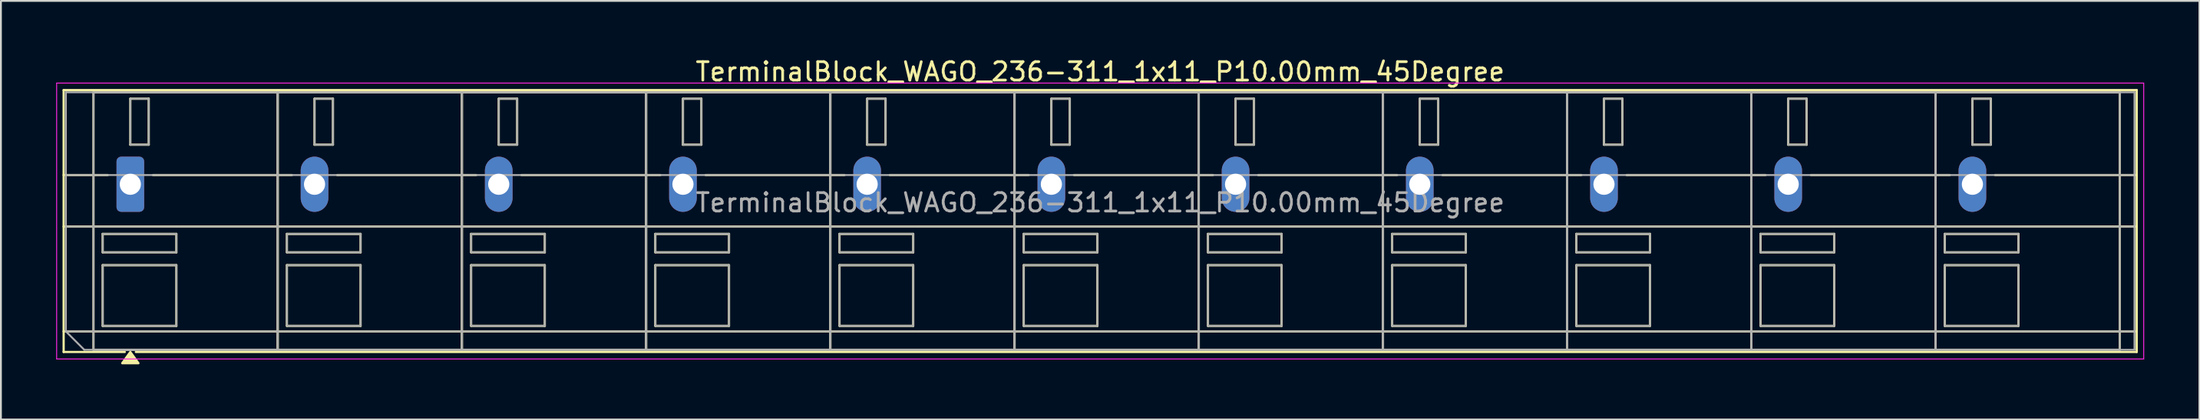
<source format=kicad_pcb>
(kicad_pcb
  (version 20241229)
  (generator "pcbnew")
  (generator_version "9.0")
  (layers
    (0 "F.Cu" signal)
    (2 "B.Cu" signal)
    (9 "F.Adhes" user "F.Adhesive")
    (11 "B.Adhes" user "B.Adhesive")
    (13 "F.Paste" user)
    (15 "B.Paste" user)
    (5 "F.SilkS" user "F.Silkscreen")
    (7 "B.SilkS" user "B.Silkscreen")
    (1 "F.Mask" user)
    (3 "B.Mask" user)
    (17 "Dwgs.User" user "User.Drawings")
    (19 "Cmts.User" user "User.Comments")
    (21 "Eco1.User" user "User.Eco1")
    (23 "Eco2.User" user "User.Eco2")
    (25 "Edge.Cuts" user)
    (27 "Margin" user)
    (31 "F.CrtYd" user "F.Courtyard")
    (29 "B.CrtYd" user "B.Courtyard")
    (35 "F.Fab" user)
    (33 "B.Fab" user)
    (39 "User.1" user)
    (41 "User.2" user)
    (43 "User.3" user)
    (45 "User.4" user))
  (footprint "TerminalBlock_WAGO_236-311_1x11_P10.00mm_45Degree"
    (layer "F.Cu")
    (at 4.025 6.968)
    (property "Reference" "TerminalBlock_WAGO_236-311_1x11_P10.00mm_45Degree" (at 52.65 -6.12 0) (layer "F.SilkS") (effects (font (size 1 1) (thickness 0.15))))
    (attr through_hole)
    (fp_line (start -3.62 -5.12) (end -3.62 9.12) (stroke (width 0.12) (type solid)) (layer "F.SilkS"))
    (fp_line (start -3.62 -5.12) (end 108.92 -5.12) (stroke (width 0.12) (type solid)) (layer "F.SilkS"))
    (fp_line (start -3.62 -0.5) (end -1.23 -0.5) (stroke (width 0.12) (type solid)) (layer "F.SilkS"))
    (fp_line (start -3.62 2.3) (end 108.92 2.3) (stroke (width 0.12) (type solid)) (layer "F.SilkS"))
    (fp_line (start -3.62 8) (end 108.92 8) (stroke (width 0.12) (type solid)) (layer "F.SilkS"))
    (fp_line (start -3.62 9.12) (end -0.3 9.12) (stroke (width 0.12) (type solid)) (layer "F.SilkS"))
    (fp_line (start -2 -5) (end -2 9) (stroke (width 0.12) (type solid)) (layer "F.SilkS"))
    (fp_line (start -2 -5) (end 8 -5) (stroke (width 0.12) (type solid)) (layer "F.SilkS"))
    (fp_line (start -2 9) (end 8 9) (stroke (width 0.12) (type solid)) (layer "F.SilkS"))
    (fp_line (start -1.5 2.7) (end -1.5 3.7) (stroke (width 0.12) (type solid)) (layer "F.SilkS"))
    (fp_line (start -1.5 2.7) (end 2.5 2.7) (stroke (width 0.12) (type solid)) (layer "F.SilkS"))
    (fp_line (start -1.5 3.7) (end 2.5 3.7) (stroke (width 0.12) (type solid)) (layer "F.SilkS"))
    (fp_line (start -1.5 4.4) (end -1.5 7.7) (stroke (width 0.12) (type solid)) (layer "F.SilkS"))
    (fp_line (start -1.5 4.4) (end 2.5 4.4) (stroke (width 0.12) (type solid)) (layer "F.SilkS"))
    (fp_line (start -1.5 7.7) (end 2.5 7.7) (stroke (width 0.12) (type solid)) (layer "F.SilkS"))
    (fp_line (start 0 -4.65) (end 0 -2.15) (stroke (width 0.12) (type solid)) (layer "F.SilkS"))
    (fp_line (start 0 -4.65) (end 1 -4.65) (stroke (width 0.12) (type solid)) (layer "F.SilkS"))
    (fp_line (start 0 -2.15) (end 1 -2.15) (stroke (width 0.12) (type solid)) (layer "F.SilkS"))
    (fp_line (start 0.3 9.12) (end 108.92 9.12) (stroke (width 0.12) (type solid)) (layer "F.SilkS"))
    (fp_line (start 1 -4.65) (end 1 -2.15) (stroke (width 0.12) (type solid)) (layer "F.SilkS"))
    (fp_line (start 1.23 -0.5) (end 8.77 -0.5) (stroke (width 0.12) (type solid)) (layer "F.SilkS"))
    (fp_line (start 2.5 2.7) (end 2.5 3.7) (stroke (width 0.12) (type solid)) (layer "F.SilkS"))
    (fp_line (start 2.5 4.4) (end 2.5 7.7) (stroke (width 0.12) (type solid)) (layer "F.SilkS"))
    (fp_line (start 8 -5) (end 8 9) (stroke (width 0.12) (type solid)) (layer "F.SilkS"))
    (fp_line (start 8 -5) (end 8 9) (stroke (width 0.12) (type solid)) (layer "F.SilkS"))
    (fp_line (start 8 -5) (end 18 -5) (stroke (width 0.12) (type solid)) (layer "F.SilkS"))
    (fp_line (start 8 9) (end 18 9) (stroke (width 0.12) (type solid)) (layer "F.SilkS"))
    (fp_line (start 8.5 2.7) (end 8.5 3.7) (stroke (width 0.12) (type solid)) (layer "F.SilkS"))
    (fp_line (start 8.5 2.7) (end 12.5 2.7) (stroke (width 0.12) (type solid)) (layer "F.SilkS"))
    (fp_line (start 8.5 3.7) (end 12.5 3.7) (stroke (width 0.12) (type solid)) (layer "F.SilkS"))
    (fp_line (start 8.5 4.4) (end 8.5 7.7) (stroke (width 0.12) (type solid)) (layer "F.SilkS"))
    (fp_line (start 8.5 4.4) (end 12.5 4.4) (stroke (width 0.12) (type solid)) (layer "F.SilkS"))
    (fp_line (start 8.5 7.7) (end 12.5 7.7) (stroke (width 0.12) (type solid)) (layer "F.SilkS"))
    (fp_line (start 10 -4.65) (end 10 -2.15) (stroke (width 0.12) (type solid)) (layer "F.SilkS"))
    (fp_line (start 10 -4.65) (end 11 -4.65) (stroke (width 0.12) (type solid)) (layer "F.SilkS"))
    (fp_line (start 10 -2.15) (end 11 -2.15) (stroke (width 0.12) (type solid)) (layer "F.SilkS"))
    (fp_line (start 11 -4.65) (end 11 -2.15) (stroke (width 0.12) (type solid)) (layer "F.SilkS"))
    (fp_line (start 11.23 -0.5) (end 18.77 -0.5) (stroke (width 0.12) (type solid)) (layer "F.SilkS"))
    (fp_line (start 12.5 2.7) (end 12.5 3.7) (stroke (width 0.12) (type solid)) (layer "F.SilkS"))
    (fp_line (start 12.5 4.4) (end 12.5 7.7) (stroke (width 0.12) (type solid)) (layer "F.SilkS"))
    (fp_line (start 18 -5) (end 18 9) (stroke (width 0.12) (type solid)) (layer "F.SilkS"))
    (fp_line (start 18 -5) (end 18 9) (stroke (width 0.12) (type solid)) (layer "F.SilkS"))
    (fp_line (start 18 -5) (end 28 -5) (stroke (width 0.12) (type solid)) (layer "F.SilkS"))
    (fp_line (start 18 9) (end 28 9) (stroke (width 0.12) (type solid)) (layer "F.SilkS"))
    (fp_line (start 18.5 2.7) (end 18.5 3.7) (stroke (width 0.12) (type solid)) (layer "F.SilkS"))
    (fp_line (start 18.5 2.7) (end 22.5 2.7) (stroke (width 0.12) (type solid)) (layer "F.SilkS"))
    (fp_line (start 18.5 3.7) (end 22.5 3.7) (stroke (width 0.12) (type solid)) (layer "F.SilkS"))
    (fp_line (start 18.5 4.4) (end 18.5 7.7) (stroke (width 0.12) (type solid)) (layer "F.SilkS"))
    (fp_line (start 18.5 4.4) (end 22.5 4.4) (stroke (width 0.12) (type solid)) (layer "F.SilkS"))
    (fp_line (start 18.5 7.7) (end 22.5 7.7) (stroke (width 0.12) (type solid)) (layer "F.SilkS"))
    (fp_line (start 20 -4.65) (end 20 -2.15) (stroke (width 0.12) (type solid)) (layer "F.SilkS"))
    (fp_line (start 20 -4.65) (end 21 -4.65) (stroke (width 0.12) (type solid)) (layer "F.SilkS"))
    (fp_line (start 20 -2.15) (end 21 -2.15) (stroke (width 0.12) (type solid)) (layer "F.SilkS"))
    (fp_line (start 21 -4.65) (end 21 -2.15) (stroke (width 0.12) (type solid)) (layer "F.SilkS"))
    (fp_line (start 21.23 -0.5) (end 28.77 -0.5) (stroke (width 0.12) (type solid)) (layer "F.SilkS"))
    (fp_line (start 22.5 2.7) (end 22.5 3.7) (stroke (width 0.12) (type solid)) (layer "F.SilkS"))
    (fp_line (start 22.5 4.4) (end 22.5 7.7) (stroke (width 0.12) (type solid)) (layer "F.SilkS"))
    (fp_line (start 28 -5) (end 28 9) (stroke (width 0.12) (type solid)) (layer "F.SilkS"))
    (fp_line (start 28 -5) (end 28 9) (stroke (width 0.12) (type solid)) (layer "F.SilkS"))
    (fp_line (start 28 -5) (end 38 -5) (stroke (width 0.12) (type solid)) (layer "F.SilkS"))
    (fp_line (start 28 9) (end 38 9) (stroke (width 0.12) (type solid)) (layer "F.SilkS"))
    (fp_line (start 28.5 2.7) (end 28.5 3.7) (stroke (width 0.12) (type solid)) (layer "F.SilkS"))
    (fp_line (start 28.5 2.7) (end 32.5 2.7) (stroke (width 0.12) (type solid)) (layer "F.SilkS"))
    (fp_line (start 28.5 3.7) (end 32.5 3.7) (stroke (width 0.12) (type solid)) (layer "F.SilkS"))
    (fp_line (start 28.5 4.4) (end 28.5 7.7) (stroke (width 0.12) (type solid)) (layer "F.SilkS"))
    (fp_line (start 28.5 4.4) (end 32.5 4.4) (stroke (width 0.12) (type solid)) (layer "F.SilkS"))
    (fp_line (start 28.5 7.7) (end 32.5 7.7) (stroke (width 0.12) (type solid)) (layer "F.SilkS"))
    (fp_line (start 30 -4.65) (end 30 -2.15) (stroke (width 0.12) (type solid)) (layer "F.SilkS"))
    (fp_line (start 30 -4.65) (end 31 -4.65) (stroke (width 0.12) (type solid)) (layer "F.SilkS"))
    (fp_line (start 30 -2.15) (end 31 -2.15) (stroke (width 0.12) (type solid)) (layer "F.SilkS"))
    (fp_line (start 31 -4.65) (end 31 -2.15) (stroke (width 0.12) (type solid)) (layer "F.SilkS"))
    (fp_line (start 31.23 -0.5) (end 38.77 -0.5) (stroke (width 0.12) (type solid)) (layer "F.SilkS"))
    (fp_line (start 32.5 2.7) (end 32.5 3.7) (stroke (width 0.12) (type solid)) (layer "F.SilkS"))
    (fp_line (start 32.5 4.4) (end 32.5 7.7) (stroke (width 0.12) (type solid)) (layer "F.SilkS"))
    (fp_line (start 38 -5) (end 38 9) (stroke (width 0.12) (type solid)) (layer "F.SilkS"))
    (fp_line (start 38 -5) (end 38 9) (stroke (width 0.12) (type solid)) (layer "F.SilkS"))
    (fp_line (start 38 -5) (end 48 -5) (stroke (width 0.12) (type solid)) (layer "F.SilkS"))
    (fp_line (start 38 9) (end 48 9) (stroke (width 0.12) (type solid)) (layer "F.SilkS"))
    (fp_line (start 38.5 2.7) (end 38.5 3.7) (stroke (width 0.12) (type solid)) (layer "F.SilkS"))
    (fp_line (start 38.5 2.7) (end 42.5 2.7) (stroke (width 0.12) (type solid)) (layer "F.SilkS"))
    (fp_line (start 38.5 3.7) (end 42.5 3.7) (stroke (width 0.12) (type solid)) (layer "F.SilkS"))
    (fp_line (start 38.5 4.4) (end 38.5 7.7) (stroke (width 0.12) (type solid)) (layer "F.SilkS"))
    (fp_line (start 38.5 4.4) (end 42.5 4.4) (stroke (width 0.12) (type solid)) (layer "F.SilkS"))
    (fp_line (start 38.5 7.7) (end 42.5 7.7) (stroke (width 0.12) (type solid)) (layer "F.SilkS"))
    (fp_line (start 40 -4.65) (end 40 -2.15) (stroke (width 0.12) (type solid)) (layer "F.SilkS"))
    (fp_line (start 40 -4.65) (end 41 -4.65) (stroke (width 0.12) (type solid)) (layer "F.SilkS"))
    (fp_line (start 40 -2.15) (end 41 -2.15) (stroke (width 0.12) (type solid)) (layer "F.SilkS"))
    (fp_line (start 41 -4.65) (end 41 -2.15) (stroke (width 0.12) (type solid)) (layer "F.SilkS"))
    (fp_line (start 41.23 -0.5) (end 48.77 -0.5) (stroke (width 0.12) (type solid)) (layer "F.SilkS"))
    (fp_line (start 42.5 2.7) (end 42.5 3.7) (stroke (width 0.12) (type solid)) (layer "F.SilkS"))
    (fp_line (start 42.5 4.4) (end 42.5 7.7) (stroke (width 0.12) (type solid)) (layer "F.SilkS"))
    (fp_line (start 48 -5) (end 48 9) (stroke (width 0.12) (type solid)) (layer "F.SilkS"))
    (fp_line (start 48 -5) (end 48 9) (stroke (width 0.12) (type solid)) (layer "F.SilkS"))
    (fp_line (start 48 -5) (end 58 -5) (stroke (width 0.12) (type solid)) (layer "F.SilkS"))
    (fp_line (start 48 9) (end 58 9) (stroke (width 0.12) (type solid)) (layer "F.SilkS"))
    (fp_line (start 48.5 2.7) (end 48.5 3.7) (stroke (width 0.12) (type solid)) (layer "F.SilkS"))
    (fp_line (start 48.5 2.7) (end 52.5 2.7) (stroke (width 0.12) (type solid)) (layer "F.SilkS"))
    (fp_line (start 48.5 3.7) (end 52.5 3.7) (stroke (width 0.12) (type solid)) (layer "F.SilkS"))
    (fp_line (start 48.5 4.4) (end 48.5 7.7) (stroke (width 0.12) (type solid)) (layer "F.SilkS"))
    (fp_line (start 48.5 4.4) (end 52.5 4.4) (stroke (width 0.12) (type solid)) (layer "F.SilkS"))
    (fp_line (start 48.5 7.7) (end 52.5 7.7) (stroke (width 0.12) (type solid)) (layer "F.SilkS"))
    (fp_line (start 50 -4.65) (end 50 -2.15) (stroke (width 0.12) (type solid)) (layer "F.SilkS"))
    (fp_line (start 50 -4.65) (end 51 -4.65) (stroke (width 0.12) (type solid)) (layer "F.SilkS"))
    (fp_line (start 50 -2.15) (end 51 -2.15) (stroke (width 0.12) (type solid)) (layer "F.SilkS"))
    (fp_line (start 51 -4.65) (end 51 -2.15) (stroke (width 0.12) (type solid)) (layer "F.SilkS"))
    (fp_line (start 51.23 -0.5) (end 58.77 -0.5) (stroke (width 0.12) (type solid)) (layer "F.SilkS"))
    (fp_line (start 52.5 2.7) (end 52.5 3.7) (stroke (width 0.12) (type solid)) (layer "F.SilkS"))
    (fp_line (start 52.5 4.4) (end 52.5 7.7) (stroke (width 0.12) (type solid)) (layer "F.SilkS"))
    (fp_line (start 58 -5) (end 58 9) (stroke (width 0.12) (type solid)) (layer "F.SilkS"))
    (fp_line (start 58 -5) (end 58 9) (stroke (width 0.12) (type solid)) (layer "F.SilkS"))
    (fp_line (start 58 -5) (end 68 -5) (stroke (width 0.12) (type solid)) (layer "F.SilkS"))
    (fp_line (start 58 9) (end 68 9) (stroke (width 0.12) (type solid)) (layer "F.SilkS"))
    (fp_line (start 58.5 2.7) (end 58.5 3.7) (stroke (width 0.12) (type solid)) (layer "F.SilkS"))
    (fp_line (start 58.5 2.7) (end 62.5 2.7) (stroke (width 0.12) (type solid)) (layer "F.SilkS"))
    (fp_line (start 58.5 3.7) (end 62.5 3.7) (stroke (width 0.12) (type solid)) (layer "F.SilkS"))
    (fp_line (start 58.5 4.4) (end 58.5 7.7) (stroke (width 0.12) (type solid)) (layer "F.SilkS"))
    (fp_line (start 58.5 4.4) (end 62.5 4.4) (stroke (width 0.12) (type solid)) (layer "F.SilkS"))
    (fp_line (start 58.5 7.7) (end 62.5 7.7) (stroke (width 0.12) (type solid)) (layer "F.SilkS"))
    (fp_line (start 60 -4.65) (end 60 -2.15) (stroke (width 0.12) (type solid)) (layer "F.SilkS"))
    (fp_line (start 60 -4.65) (end 61 -4.65) (stroke (width 0.12) (type solid)) (layer "F.SilkS"))
    (fp_line (start 60 -2.15) (end 61 -2.15) (stroke (width 0.12) (type solid)) (layer "F.SilkS"))
    (fp_line (start 61 -4.65) (end 61 -2.15) (stroke (width 0.12) (type solid)) (layer "F.SilkS"))
    (fp_line (start 61.23 -0.5) (end 68.77 -0.5) (stroke (width 0.12) (type solid)) (layer "F.SilkS"))
    (fp_line (start 62.5 2.7) (end 62.5 3.7) (stroke (width 0.12) (type solid)) (layer "F.SilkS"))
    (fp_line (start 62.5 4.4) (end 62.5 7.7) (stroke (width 0.12) (type solid)) (layer "F.SilkS"))
    (fp_line (start 68 -5) (end 68 9) (stroke (width 0.12) (type solid)) (layer "F.SilkS"))
    (fp_line (start 68 -5) (end 68 9) (stroke (width 0.12) (type solid)) (layer "F.SilkS"))
    (fp_line (start 68 -5) (end 78 -5) (stroke (width 0.12) (type solid)) (layer "F.SilkS"))
    (fp_line (start 68 9) (end 78 9) (stroke (width 0.12) (type solid)) (layer "F.SilkS"))
    (fp_line (start 68.5 2.7) (end 68.5 3.7) (stroke (width 0.12) (type solid)) (layer "F.SilkS"))
    (fp_line (start 68.5 2.7) (end 72.5 2.7) (stroke (width 0.12) (type solid)) (layer "F.SilkS"))
    (fp_line (start 68.5 3.7) (end 72.5 3.7) (stroke (width 0.12) (type solid)) (layer "F.SilkS"))
    (fp_line (start 68.5 4.4) (end 68.5 7.7) (stroke (width 0.12) (type solid)) (layer "F.SilkS"))
    (fp_line (start 68.5 4.4) (end 72.5 4.4) (stroke (width 0.12) (type solid)) (layer "F.SilkS"))
    (fp_line (start 68.5 7.7) (end 72.5 7.7) (stroke (width 0.12) (type solid)) (layer "F.SilkS"))
    (fp_line (start 70 -4.65) (end 70 -2.15) (stroke (width 0.12) (type solid)) (layer "F.SilkS"))
    (fp_line (start 70 -4.65) (end 71 -4.65) (stroke (width 0.12) (type solid)) (layer "F.SilkS"))
    (fp_line (start 70 -2.15) (end 71 -2.15) (stroke (width 0.12) (type solid)) (layer "F.SilkS"))
    (fp_line (start 71 -4.65) (end 71 -2.15) (stroke (width 0.12) (type solid)) (layer "F.SilkS"))
    (fp_line (start 71.23 -0.5) (end 78.77 -0.5) (stroke (width 0.12) (type solid)) (layer "F.SilkS"))
    (fp_line (start 72.5 2.7) (end 72.5 3.7) (stroke (width 0.12) (type solid)) (layer "F.SilkS"))
    (fp_line (start 72.5 4.4) (end 72.5 7.7) (stroke (width 0.12) (type solid)) (layer "F.SilkS"))
    (fp_line (start 78 -5) (end 78 9) (stroke (width 0.12) (type solid)) (layer "F.SilkS"))
    (fp_line (start 78 -5) (end 78 9) (stroke (width 0.12) (type solid)) (layer "F.SilkS"))
    (fp_line (start 78 -5) (end 88 -5) (stroke (width 0.12) (type solid)) (layer "F.SilkS"))
    (fp_line (start 78 9) (end 88 9) (stroke (width 0.12) (type solid)) (layer "F.SilkS"))
    (fp_line (start 78.5 2.7) (end 78.5 3.7) (stroke (width 0.12) (type solid)) (layer "F.SilkS"))
    (fp_line (start 78.5 2.7) (end 82.5 2.7) (stroke (width 0.12) (type solid)) (layer "F.SilkS"))
    (fp_line (start 78.5 3.7) (end 82.5 3.7) (stroke (width 0.12) (type solid)) (layer "F.SilkS"))
    (fp_line (start 78.5 4.4) (end 78.5 7.7) (stroke (width 0.12) (type solid)) (layer "F.SilkS"))
    (fp_line (start 78.5 4.4) (end 82.5 4.4) (stroke (width 0.12) (type solid)) (layer "F.SilkS"))
    (fp_line (start 78.5 7.7) (end 82.5 7.7) (stroke (width 0.12) (type solid)) (layer "F.SilkS"))
    (fp_line (start 80 -4.65) (end 80 -2.15) (stroke (width 0.12) (type solid)) (layer "F.SilkS"))
    (fp_line (start 80 -4.65) (end 81 -4.65) (stroke (width 0.12) (type solid)) (layer "F.SilkS"))
    (fp_line (start 80 -2.15) (end 81 -2.15) (stroke (width 0.12) (type solid)) (layer "F.SilkS"))
    (fp_line (start 81 -4.65) (end 81 -2.15) (stroke (width 0.12) (type solid)) (layer "F.SilkS"))
    (fp_line (start 81.23 -0.5) (end 88.77 -0.5) (stroke (width 0.12) (type solid)) (layer "F.SilkS"))
    (fp_line (start 82.5 2.7) (end 82.5 3.7) (stroke (width 0.12) (type solid)) (layer "F.SilkS"))
    (fp_line (start 82.5 4.4) (end 82.5 7.7) (stroke (width 0.12) (type solid)) (layer "F.SilkS"))
    (fp_line (start 88 -5) (end 88 9) (stroke (width 0.12) (type solid)) (layer "F.SilkS"))
    (fp_line (start 88 -5) (end 88 9) (stroke (width 0.12) (type solid)) (layer "F.SilkS"))
    (fp_line (start 88 -5) (end 98 -5) (stroke (width 0.12) (type solid)) (layer "F.SilkS"))
    (fp_line (start 88 9) (end 98 9) (stroke (width 0.12) (type solid)) (layer "F.SilkS"))
    (fp_line (start 88.5 2.7) (end 88.5 3.7) (stroke (width 0.12) (type solid)) (layer "F.SilkS"))
    (fp_line (start 88.5 2.7) (end 92.5 2.7) (stroke (width 0.12) (type solid)) (layer "F.SilkS"))
    (fp_line (start 88.5 3.7) (end 92.5 3.7) (stroke (width 0.12) (type solid)) (layer "F.SilkS"))
    (fp_line (start 88.5 4.4) (end 88.5 7.7) (stroke (width 0.12) (type solid)) (layer "F.SilkS"))
    (fp_line (start 88.5 4.4) (end 92.5 4.4) (stroke (width 0.12) (type solid)) (layer "F.SilkS"))
    (fp_line (start 88.5 7.7) (end 92.5 7.7) (stroke (width 0.12) (type solid)) (layer "F.SilkS"))
    (fp_line (start 90 -4.65) (end 90 -2.15) (stroke (width 0.12) (type solid)) (layer "F.SilkS"))
    (fp_line (start 90 -4.65) (end 91 -4.65) (stroke (width 0.12) (type solid)) (layer "F.SilkS"))
    (fp_line (start 90 -2.15) (end 91 -2.15) (stroke (width 0.12) (type solid)) (layer "F.SilkS"))
    (fp_line (start 91 -4.65) (end 91 -2.15) (stroke (width 0.12) (type solid)) (layer "F.SilkS"))
    (fp_line (start 91.23 -0.5) (end 98.77 -0.5) (stroke (width 0.12) (type solid)) (layer "F.SilkS"))
    (fp_line (start 92.5 2.7) (end 92.5 3.7) (stroke (width 0.12) (type solid)) (layer "F.SilkS"))
    (fp_line (start 92.5 4.4) (end 92.5 7.7) (stroke (width 0.12) (type solid)) (layer "F.SilkS"))
    (fp_line (start 98 -5) (end 98 9) (stroke (width 0.12) (type solid)) (layer "F.SilkS"))
    (fp_line (start 98 -5) (end 98 9) (stroke (width 0.12) (type solid)) (layer "F.SilkS"))
    (fp_line (start 98 -5) (end 108 -5) (stroke (width 0.12) (type solid)) (layer "F.SilkS"))
    (fp_line (start 98 9) (end 108 9) (stroke (width 0.12) (type solid)) (layer "F.SilkS"))
    (fp_line (start 98.5 2.7) (end 98.5 3.7) (stroke (width 0.12) (type solid)) (layer "F.SilkS"))
    (fp_line (start 98.5 2.7) (end 102.5 2.7) (stroke (width 0.12) (type solid)) (layer "F.SilkS"))
    (fp_line (start 98.5 3.7) (end 102.5 3.7) (stroke (width 0.12) (type solid)) (layer "F.SilkS"))
    (fp_line (start 98.5 4.4) (end 98.5 7.7) (stroke (width 0.12) (type solid)) (layer "F.SilkS"))
    (fp_line (start 98.5 4.4) (end 102.5 4.4) (stroke (width 0.12) (type solid)) (layer "F.SilkS"))
    (fp_line (start 98.5 7.7) (end 102.5 7.7) (stroke (width 0.12) (type solid)) (layer "F.SilkS"))
    (fp_line (start 100 -4.65) (end 100 -2.15) (stroke (width 0.12) (type solid)) (layer "F.SilkS"))
    (fp_line (start 100 -4.65) (end 101 -4.65) (stroke (width 0.12) (type solid)) (layer "F.SilkS"))
    (fp_line (start 100 -2.15) (end 101 -2.15) (stroke (width 0.12) (type solid)) (layer "F.SilkS"))
    (fp_line (start 101 -4.65) (end 101 -2.15) (stroke (width 0.12) (type solid)) (layer "F.SilkS"))
    (fp_line (start 101.23 -0.5) (end 108.92 -0.5) (stroke (width 0.12) (type solid)) (layer "F.SilkS"))
    (fp_line (start 102.5 2.7) (end 102.5 3.7) (stroke (width 0.12) (type solid)) (layer "F.SilkS"))
    (fp_line (start 102.5 4.4) (end 102.5 7.7) (stroke (width 0.12) (type solid)) (layer "F.SilkS"))
    (fp_line (start 108 -5) (end 108 9) (stroke (width 0.12) (type solid)) (layer "F.SilkS"))
    (fp_line (start 108.92 -5.12) (end 108.92 9.12) (stroke (width 0.12) (type solid)) (layer "F.SilkS"))
    (fp_poly (pts (xy 0 9.12) (xy 0.44 9.73) (xy -0.44 9.73)) (stroke (width 0.12) (type solid)) (fill yes) (layer "F.SilkS"))
    (fp_line (start -4 -5.5) (end -4 9.5) (stroke (width 0.05) (type solid)) (layer "F.CrtYd"))
    (fp_line (start -4 9.5) (end 109.3 9.5) (stroke (width 0.05) (type solid)) (layer "F.CrtYd"))
    (fp_line (start 109.3 -5.5) (end -4 -5.5) (stroke (width 0.05) (type solid)) (layer "F.CrtYd"))
    (fp_line (start 109.3 9.5) (end 109.3 -5.5) (stroke (width 0.05) (type solid)) (layer "F.CrtYd"))
    (fp_line (start -3.5 -5) (end 108.8 -5) (stroke (width 0.1) (type solid)) (layer "F.Fab"))
    (fp_line (start -3.5 -0.5) (end 108.8 -0.5) (stroke (width 0.1) (type solid)) (layer "F.Fab"))
    (fp_line (start -3.5 2.3) (end 108.8 2.3) (stroke (width 0.1) (type solid)) (layer "F.Fab"))
    (fp_line (start -3.5 8) (end -3.5 -5) (stroke (width 0.1) (type solid)) (layer "F.Fab"))
    (fp_line (start -3.5 8) (end 108.8 8) (stroke (width 0.1) (type solid)) (layer "F.Fab"))
    (fp_line (start -2.5 9) (end -3.5 8) (stroke (width 0.1) (type solid)) (layer "F.Fab"))
    (fp_line (start -2 -5) (end -2 9) (stroke (width 0.1) (type solid)) (layer "F.Fab"))
    (fp_line (start -2 9) (end 8 9) (stroke (width 0.1) (type solid)) (layer "F.Fab"))
    (fp_line (start -1.5 2.7) (end -1.5 3.7) (stroke (width 0.1) (type solid)) (layer "F.Fab"))
    (fp_line (start -1.5 3.7) (end 2.5 3.7) (stroke (width 0.1) (type solid)) (layer "F.Fab"))
    (fp_line (start -1.5 4.4) (end -1.5 7.7) (stroke (width 0.1) (type solid)) (layer "F.Fab"))
    (fp_line (start -1.5 7.7) (end 2.5 7.7) (stroke (width 0.1) (type solid)) (layer "F.Fab"))
    (fp_line (start 0 -4.65) (end 0 -2.15) (stroke (width 0.1) (type solid)) (layer "F.Fab"))
    (fp_line (start 0 -2.15) (end 1 -2.15) (stroke (width 0.1) (type solid)) (layer "F.Fab"))
    (fp_line (start 1 -4.65) (end 0 -4.65) (stroke (width 0.1) (type solid)) (layer "F.Fab"))
    (fp_line (start 1 -2.15) (end 1 -4.65) (stroke (width 0.1) (type solid)) (layer "F.Fab"))
    (fp_line (start 2.5 2.7) (end -1.5 2.7) (stroke (width 0.1) (type solid)) (layer "F.Fab"))
    (fp_line (start 2.5 3.7) (end 2.5 2.7) (stroke (width 0.1) (type solid)) (layer "F.Fab"))
    (fp_line (start 2.5 4.4) (end -1.5 4.4) (stroke (width 0.1) (type solid)) (layer "F.Fab"))
    (fp_line (start 2.5 7.7) (end 2.5 4.4) (stroke (width 0.1) (type solid)) (layer "F.Fab"))
    (fp_line (start 8 -5) (end -2 -5) (stroke (width 0.1) (type solid)) (layer "F.Fab"))
    (fp_line (start 8 -5) (end 8 9) (stroke (width 0.1) (type solid)) (layer "F.Fab"))
    (fp_line (start 8 9) (end 8 -5) (stroke (width 0.1) (type solid)) (layer "F.Fab"))
    (fp_line (start 8 9) (end 18 9) (stroke (width 0.1) (type solid)) (layer "F.Fab"))
    (fp_line (start 8.5 2.7) (end 8.5 3.7) (stroke (width 0.1) (type solid)) (layer "F.Fab"))
    (fp_line (start 8.5 3.7) (end 12.5 3.7) (stroke (width 0.1) (type solid)) (layer "F.Fab"))
    (fp_line (start 8.5 4.4) (end 8.5 7.7) (stroke (width 0.1) (type solid)) (layer "F.Fab"))
    (fp_line (start 8.5 7.7) (end 12.5 7.7) (stroke (width 0.1) (type solid)) (layer "F.Fab"))
    (fp_line (start 10 -4.65) (end 10 -2.15) (stroke (width 0.1) (type solid)) (layer "F.Fab"))
    (fp_line (start 10 -2.15) (end 11 -2.15) (stroke (width 0.1) (type solid)) (layer "F.Fab"))
    (fp_line (start 11 -4.65) (end 10 -4.65) (stroke (width 0.1) (type solid)) (layer "F.Fab"))
    (fp_line (start 11 -2.15) (end 11 -4.65) (stroke (width 0.1) (type solid)) (layer "F.Fab"))
    (fp_line (start 12.5 2.7) (end 8.5 2.7) (stroke (width 0.1) (type solid)) (layer "F.Fab"))
    (fp_line (start 12.5 3.7) (end 12.5 2.7) (stroke (width 0.1) (type solid)) (layer "F.Fab"))
    (fp_line (start 12.5 4.4) (end 8.5 4.4) (stroke (width 0.1) (type solid)) (layer "F.Fab"))
    (fp_line (start 12.5 7.7) (end 12.5 4.4) (stroke (width 0.1) (type solid)) (layer "F.Fab"))
    (fp_line (start 18 -5) (end 8 -5) (stroke (width 0.1) (type solid)) (layer "F.Fab"))
    (fp_line (start 18 -5) (end 18 9) (stroke (width 0.1) (type solid)) (layer "F.Fab"))
    (fp_line (start 18 9) (end 18 -5) (stroke (width 0.1) (type solid)) (layer "F.Fab"))
    (fp_line (start 18 9) (end 28 9) (stroke (width 0.1) (type solid)) (layer "F.Fab"))
    (fp_line (start 18.5 2.7) (end 18.5 3.7) (stroke (width 0.1) (type solid)) (layer "F.Fab"))
    (fp_line (start 18.5 3.7) (end 22.5 3.7) (stroke (width 0.1) (type solid)) (layer "F.Fab"))
    (fp_line (start 18.5 4.4) (end 18.5 7.7) (stroke (width 0.1) (type solid)) (layer "F.Fab"))
    (fp_line (start 18.5 7.7) (end 22.5 7.7) (stroke (width 0.1) (type solid)) (layer "F.Fab"))
    (fp_line (start 20 -4.65) (end 20 -2.15) (stroke (width 0.1) (type solid)) (layer "F.Fab"))
    (fp_line (start 20 -2.15) (end 21 -2.15) (stroke (width 0.1) (type solid)) (layer "F.Fab"))
    (fp_line (start 21 -4.65) (end 20 -4.65) (stroke (width 0.1) (type solid)) (layer "F.Fab"))
    (fp_line (start 21 -2.15) (end 21 -4.65) (stroke (width 0.1) (type solid)) (layer "F.Fab"))
    (fp_line (start 22.5 2.7) (end 18.5 2.7) (stroke (width 0.1) (type solid)) (layer "F.Fab"))
    (fp_line (start 22.5 3.7) (end 22.5 2.7) (stroke (width 0.1) (type solid)) (layer "F.Fab"))
    (fp_line (start 22.5 4.4) (end 18.5 4.4) (stroke (width 0.1) (type solid)) (layer "F.Fab"))
    (fp_line (start 22.5 7.7) (end 22.5 4.4) (stroke (width 0.1) (type solid)) (layer "F.Fab"))
    (fp_line (start 28 -5) (end 18 -5) (stroke (width 0.1) (type solid)) (layer "F.Fab"))
    (fp_line (start 28 -5) (end 28 9) (stroke (width 0.1) (type solid)) (layer "F.Fab"))
    (fp_line (start 28 9) (end 28 -5) (stroke (width 0.1) (type solid)) (layer "F.Fab"))
    (fp_line (start 28 9) (end 38 9) (stroke (width 0.1) (type solid)) (layer "F.Fab"))
    (fp_line (start 28.5 2.7) (end 28.5 3.7) (stroke (width 0.1) (type solid)) (layer "F.Fab"))
    (fp_line (start 28.5 3.7) (end 32.5 3.7) (stroke (width 0.1) (type solid)) (layer "F.Fab"))
    (fp_line (start 28.5 4.4) (end 28.5 7.7) (stroke (width 0.1) (type solid)) (layer "F.Fab"))
    (fp_line (start 28.5 7.7) (end 32.5 7.7) (stroke (width 0.1) (type solid)) (layer "F.Fab"))
    (fp_line (start 30 -4.65) (end 30 -2.15) (stroke (width 0.1) (type solid)) (layer "F.Fab"))
    (fp_line (start 30 -2.15) (end 31 -2.15) (stroke (width 0.1) (type solid)) (layer "F.Fab"))
    (fp_line (start 31 -4.65) (end 30 -4.65) (stroke (width 0.1) (type solid)) (layer "F.Fab"))
    (fp_line (start 31 -2.15) (end 31 -4.65) (stroke (width 0.1) (type solid)) (layer "F.Fab"))
    (fp_line (start 32.5 2.7) (end 28.5 2.7) (stroke (width 0.1) (type solid)) (layer "F.Fab"))
    (fp_line (start 32.5 3.7) (end 32.5 2.7) (stroke (width 0.1) (type solid)) (layer "F.Fab"))
    (fp_line (start 32.5 4.4) (end 28.5 4.4) (stroke (width 0.1) (type solid)) (layer "F.Fab"))
    (fp_line (start 32.5 7.7) (end 32.5 4.4) (stroke (width 0.1) (type solid)) (layer "F.Fab"))
    (fp_line (start 38 -5) (end 28 -5) (stroke (width 0.1) (type solid)) (layer "F.Fab"))
    (fp_line (start 38 -5) (end 38 9) (stroke (width 0.1) (type solid)) (layer "F.Fab"))
    (fp_line (start 38 9) (end 38 -5) (stroke (width 0.1) (type solid)) (layer "F.Fab"))
    (fp_line (start 38 9) (end 48 9) (stroke (width 0.1) (type solid)) (layer "F.Fab"))
    (fp_line (start 38.5 2.7) (end 38.5 3.7) (stroke (width 0.1) (type solid)) (layer "F.Fab"))
    (fp_line (start 38.5 3.7) (end 42.5 3.7) (stroke (width 0.1) (type solid)) (layer "F.Fab"))
    (fp_line (start 38.5 4.4) (end 38.5 7.7) (stroke (width 0.1) (type solid)) (layer "F.Fab"))
    (fp_line (start 38.5 7.7) (end 42.5 7.7) (stroke (width 0.1) (type solid)) (layer "F.Fab"))
    (fp_line (start 40 -4.65) (end 40 -2.15) (stroke (width 0.1) (type solid)) (layer "F.Fab"))
    (fp_line (start 40 -2.15) (end 41 -2.15) (stroke (width 0.1) (type solid)) (layer "F.Fab"))
    (fp_line (start 41 -4.65) (end 40 -4.65) (stroke (width 0.1) (type solid)) (layer "F.Fab"))
    (fp_line (start 41 -2.15) (end 41 -4.65) (stroke (width 0.1) (type solid)) (layer "F.Fab"))
    (fp_line (start 42.5 2.7) (end 38.5 2.7) (stroke (width 0.1) (type solid)) (layer "F.Fab"))
    (fp_line (start 42.5 3.7) (end 42.5 2.7) (stroke (width 0.1) (type solid)) (layer "F.Fab"))
    (fp_line (start 42.5 4.4) (end 38.5 4.4) (stroke (width 0.1) (type solid)) (layer "F.Fab"))
    (fp_line (start 42.5 7.7) (end 42.5 4.4) (stroke (width 0.1) (type solid)) (layer "F.Fab"))
    (fp_line (start 48 -5) (end 38 -5) (stroke (width 0.1) (type solid)) (layer "F.Fab"))
    (fp_line (start 48 -5) (end 48 9) (stroke (width 0.1) (type solid)) (layer "F.Fab"))
    (fp_line (start 48 9) (end 48 -5) (stroke (width 0.1) (type solid)) (layer "F.Fab"))
    (fp_line (start 48 9) (end 58 9) (stroke (width 0.1) (type solid)) (layer "F.Fab"))
    (fp_line (start 48.5 2.7) (end 48.5 3.7) (stroke (width 0.1) (type solid)) (layer "F.Fab"))
    (fp_line (start 48.5 3.7) (end 52.5 3.7) (stroke (width 0.1) (type solid)) (layer "F.Fab"))
    (fp_line (start 48.5 4.4) (end 48.5 7.7) (stroke (width 0.1) (type solid)) (layer "F.Fab"))
    (fp_line (start 48.5 7.7) (end 52.5 7.7) (stroke (width 0.1) (type solid)) (layer "F.Fab"))
    (fp_line (start 50 -4.65) (end 50 -2.15) (stroke (width 0.1) (type solid)) (layer "F.Fab"))
    (fp_line (start 50 -2.15) (end 51 -2.15) (stroke (width 0.1) (type solid)) (layer "F.Fab"))
    (fp_line (start 51 -4.65) (end 50 -4.65) (stroke (width 0.1) (type solid)) (layer "F.Fab"))
    (fp_line (start 51 -2.15) (end 51 -4.65) (stroke (width 0.1) (type solid)) (layer "F.Fab"))
    (fp_line (start 52.5 2.7) (end 48.5 2.7) (stroke (width 0.1) (type solid)) (layer "F.Fab"))
    (fp_line (start 52.5 3.7) (end 52.5 2.7) (stroke (width 0.1) (type solid)) (layer "F.Fab"))
    (fp_line (start 52.5 4.4) (end 48.5 4.4) (stroke (width 0.1) (type solid)) (layer "F.Fab"))
    (fp_line (start 52.5 7.7) (end 52.5 4.4) (stroke (width 0.1) (type solid)) (layer "F.Fab"))
    (fp_line (start 58 -5) (end 48 -5) (stroke (width 0.1) (type solid)) (layer "F.Fab"))
    (fp_line (start 58 -5) (end 58 9) (stroke (width 0.1) (type solid)) (layer "F.Fab"))
    (fp_line (start 58 9) (end 58 -5) (stroke (width 0.1) (type solid)) (layer "F.Fab"))
    (fp_line (start 58 9) (end 68 9) (stroke (width 0.1) (type solid)) (layer "F.Fab"))
    (fp_line (start 58.5 2.7) (end 58.5 3.7) (stroke (width 0.1) (type solid)) (layer "F.Fab"))
    (fp_line (start 58.5 3.7) (end 62.5 3.7) (stroke (width 0.1) (type solid)) (layer "F.Fab"))
    (fp_line (start 58.5 4.4) (end 58.5 7.7) (stroke (width 0.1) (type solid)) (layer "F.Fab"))
    (fp_line (start 58.5 7.7) (end 62.5 7.7) (stroke (width 0.1) (type solid)) (layer "F.Fab"))
    (fp_line (start 60 -4.65) (end 60 -2.15) (stroke (width 0.1) (type solid)) (layer "F.Fab"))
    (fp_line (start 60 -2.15) (end 61 -2.15) (stroke (width 0.1) (type solid)) (layer "F.Fab"))
    (fp_line (start 61 -4.65) (end 60 -4.65) (stroke (width 0.1) (type solid)) (layer "F.Fab"))
    (fp_line (start 61 -2.15) (end 61 -4.65) (stroke (width 0.1) (type solid)) (layer "F.Fab"))
    (fp_line (start 62.5 2.7) (end 58.5 2.7) (stroke (width 0.1) (type solid)) (layer "F.Fab"))
    (fp_line (start 62.5 3.7) (end 62.5 2.7) (stroke (width 0.1) (type solid)) (layer "F.Fab"))
    (fp_line (start 62.5 4.4) (end 58.5 4.4) (stroke (width 0.1) (type solid)) (layer "F.Fab"))
    (fp_line (start 62.5 7.7) (end 62.5 4.4) (stroke (width 0.1) (type solid)) (layer "F.Fab"))
    (fp_line (start 68 -5) (end 58 -5) (stroke (width 0.1) (type solid)) (layer "F.Fab"))
    (fp_line (start 68 -5) (end 68 9) (stroke (width 0.1) (type solid)) (layer "F.Fab"))
    (fp_line (start 68 9) (end 68 -5) (stroke (width 0.1) (type solid)) (layer "F.Fab"))
    (fp_line (start 68 9) (end 78 9) (stroke (width 0.1) (type solid)) (layer "F.Fab"))
    (fp_line (start 68.5 2.7) (end 68.5 3.7) (stroke (width 0.1) (type solid)) (layer "F.Fab"))
    (fp_line (start 68.5 3.7) (end 72.5 3.7) (stroke (width 0.1) (type solid)) (layer "F.Fab"))
    (fp_line (start 68.5 4.4) (end 68.5 7.7) (stroke (width 0.1) (type solid)) (layer "F.Fab"))
    (fp_line (start 68.5 7.7) (end 72.5 7.7) (stroke (width 0.1) (type solid)) (layer "F.Fab"))
    (fp_line (start 70 -4.65) (end 70 -2.15) (stroke (width 0.1) (type solid)) (layer "F.Fab"))
    (fp_line (start 70 -2.15) (end 71 -2.15) (stroke (width 0.1) (type solid)) (layer "F.Fab"))
    (fp_line (start 71 -4.65) (end 70 -4.65) (stroke (width 0.1) (type solid)) (layer "F.Fab"))
    (fp_line (start 71 -2.15) (end 71 -4.65) (stroke (width 0.1) (type solid)) (layer "F.Fab"))
    (fp_line (start 72.5 2.7) (end 68.5 2.7) (stroke (width 0.1) (type solid)) (layer "F.Fab"))
    (fp_line (start 72.5 3.7) (end 72.5 2.7) (stroke (width 0.1) (type solid)) (layer "F.Fab"))
    (fp_line (start 72.5 4.4) (end 68.5 4.4) (stroke (width 0.1) (type solid)) (layer "F.Fab"))
    (fp_line (start 72.5 7.7) (end 72.5 4.4) (stroke (width 0.1) (type solid)) (layer "F.Fab"))
    (fp_line (start 78 -5) (end 68 -5) (stroke (width 0.1) (type solid)) (layer "F.Fab"))
    (fp_line (start 78 -5) (end 78 9) (stroke (width 0.1) (type solid)) (layer "F.Fab"))
    (fp_line (start 78 9) (end 78 -5) (stroke (width 0.1) (type solid)) (layer "F.Fab"))
    (fp_line (start 78 9) (end 88 9) (stroke (width 0.1) (type solid)) (layer "F.Fab"))
    (fp_line (start 78.5 2.7) (end 78.5 3.7) (stroke (width 0.1) (type solid)) (layer "F.Fab"))
    (fp_line (start 78.5 3.7) (end 82.5 3.7) (stroke (width 0.1) (type solid)) (layer "F.Fab"))
    (fp_line (start 78.5 4.4) (end 78.5 7.7) (stroke (width 0.1) (type solid)) (layer "F.Fab"))
    (fp_line (start 78.5 7.7) (end 82.5 7.7) (stroke (width 0.1) (type solid)) (layer "F.Fab"))
    (fp_line (start 80 -4.65) (end 80 -2.15) (stroke (width 0.1) (type solid)) (layer "F.Fab"))
    (fp_line (start 80 -2.15) (end 81 -2.15) (stroke (width 0.1) (type solid)) (layer "F.Fab"))
    (fp_line (start 81 -4.65) (end 80 -4.65) (stroke (width 0.1) (type solid)) (layer "F.Fab"))
    (fp_line (start 81 -2.15) (end 81 -4.65) (stroke (width 0.1) (type solid)) (layer "F.Fab"))
    (fp_line (start 82.5 2.7) (end 78.5 2.7) (stroke (width 0.1) (type solid)) (layer "F.Fab"))
    (fp_line (start 82.5 3.7) (end 82.5 2.7) (stroke (width 0.1) (type solid)) (layer "F.Fab"))
    (fp_line (start 82.5 4.4) (end 78.5 4.4) (stroke (width 0.1) (type solid)) (layer "F.Fab"))
    (fp_line (start 82.5 7.7) (end 82.5 4.4) (stroke (width 0.1) (type solid)) (layer "F.Fab"))
    (fp_line (start 88 -5) (end 78 -5) (stroke (width 0.1) (type solid)) (layer "F.Fab"))
    (fp_line (start 88 -5) (end 88 9) (stroke (width 0.1) (type solid)) (layer "F.Fab"))
    (fp_line (start 88 9) (end 88 -5) (stroke (width 0.1) (type solid)) (layer "F.Fab"))
    (fp_line (start 88 9) (end 98 9) (stroke (width 0.1) (type solid)) (layer "F.Fab"))
    (fp_line (start 88.5 2.7) (end 88.5 3.7) (stroke (width 0.1) (type solid)) (layer "F.Fab"))
    (fp_line (start 88.5 3.7) (end 92.5 3.7) (stroke (width 0.1) (type solid)) (layer "F.Fab"))
    (fp_line (start 88.5 4.4) (end 88.5 7.7) (stroke (width 0.1) (type solid)) (layer "F.Fab"))
    (fp_line (start 88.5 7.7) (end 92.5 7.7) (stroke (width 0.1) (type solid)) (layer "F.Fab"))
    (fp_line (start 90 -4.65) (end 90 -2.15) (stroke (width 0.1) (type solid)) (layer "F.Fab"))
    (fp_line (start 90 -2.15) (end 91 -2.15) (stroke (width 0.1) (type solid)) (layer "F.Fab"))
    (fp_line (start 91 -4.65) (end 90 -4.65) (stroke (width 0.1) (type solid)) (layer "F.Fab"))
    (fp_line (start 91 -2.15) (end 91 -4.65) (stroke (width 0.1) (type solid)) (layer "F.Fab"))
    (fp_line (start 92.5 2.7) (end 88.5 2.7) (stroke (width 0.1) (type solid)) (layer "F.Fab"))
    (fp_line (start 92.5 3.7) (end 92.5 2.7) (stroke (width 0.1) (type solid)) (layer "F.Fab"))
    (fp_line (start 92.5 4.4) (end 88.5 4.4) (stroke (width 0.1) (type solid)) (layer "F.Fab"))
    (fp_line (start 92.5 7.7) (end 92.5 4.4) (stroke (width 0.1) (type solid)) (layer "F.Fab"))
    (fp_line (start 98 -5) (end 88 -5) (stroke (width 0.1) (type solid)) (layer "F.Fab"))
    (fp_line (start 98 -5) (end 98 9) (stroke (width 0.1) (type solid)) (layer "F.Fab"))
    (fp_line (start 98 9) (end 98 -5) (stroke (width 0.1) (type solid)) (layer "F.Fab"))
    (fp_line (start 98 9) (end 108 9) (stroke (width 0.1) (type solid)) (layer "F.Fab"))
    (fp_line (start 98.5 2.7) (end 98.5 3.7) (stroke (width 0.1) (type solid)) (layer "F.Fab"))
    (fp_line (start 98.5 3.7) (end 102.5 3.7) (stroke (width 0.1) (type solid)) (layer "F.Fab"))
    (fp_line (start 98.5 4.4) (end 98.5 7.7) (stroke (width 0.1) (type solid)) (layer "F.Fab"))
    (fp_line (start 98.5 7.7) (end 102.5 7.7) (stroke (width 0.1) (type solid)) (layer "F.Fab"))
    (fp_line (start 100 -4.65) (end 100 -2.15) (stroke (width 0.1) (type solid)) (layer "F.Fab"))
    (fp_line (start 100 -2.15) (end 101 -2.15) (stroke (width 0.1) (type solid)) (layer "F.Fab"))
    (fp_line (start 101 -4.65) (end 100 -4.65) (stroke (width 0.1) (type solid)) (layer "F.Fab"))
    (fp_line (start 101 -2.15) (end 101 -4.65) (stroke (width 0.1) (type solid)) (layer "F.Fab"))
    (fp_line (start 102.5 2.7) (end 98.5 2.7) (stroke (width 0.1) (type solid)) (layer "F.Fab"))
    (fp_line (start 102.5 3.7) (end 102.5 2.7) (stroke (width 0.1) (type solid)) (layer "F.Fab"))
    (fp_line (start 102.5 4.4) (end 98.5 4.4) (stroke (width 0.1) (type solid)) (layer "F.Fab"))
    (fp_line (start 102.5 7.7) (end 102.5 4.4) (stroke (width 0.1) (type solid)) (layer "F.Fab"))
    (fp_line (start 108 -5) (end 98 -5) (stroke (width 0.1) (type solid)) (layer "F.Fab"))
    (fp_line (start 108 9) (end 108 -5) (stroke (width 0.1) (type solid)) (layer "F.Fab"))
    (fp_line (start 108.8 -5) (end 108.8 9) (stroke (width 0.1) (type solid)) (layer "F.Fab"))
    (fp_line (start 108.8 9) (end -2.5 9) (stroke (width 0.1) (type solid)) (layer "F.Fab"))
    (fp_text user "${REFERENCE}" (at 52.65 1 0) (layer "F.Fab") (effects (font (size 1 1) (thickness 0.15))))
    (pad "1" thru_hole roundrect (at 0 0) (size 1.5 3) (drill 1.15) (layers "*.Cu" "*.Mask") (roundrect_rratio 0.167))
    (pad "2" thru_hole oval (at 10 0) (size 1.5 3) (drill 1.15) (layers "*.Cu" "*.Mask"))
    (pad "3" thru_hole oval (at 20 0) (size 1.5 3) (drill 1.15) (layers "*.Cu" "*.Mask"))
    (pad "4" thru_hole oval (at 30 0) (size 1.5 3) (drill 1.15) (layers "*.Cu" "*.Mask"))
    (pad "5" thru_hole oval (at 40 0) (size 1.5 3) (drill 1.15) (layers "*.Cu" "*.Mask"))
    (pad "6" thru_hole oval (at 50 0) (size 1.5 3) (drill 1.15) (layers "*.Cu" "*.Mask"))
    (pad "7" thru_hole oval (at 60 0) (size 1.5 3) (drill 1.15) (layers "*.Cu" "*.Mask"))
    (pad "8" thru_hole oval (at 70 0) (size 1.5 3) (drill 1.15) (layers "*.Cu" "*.Mask"))
    (pad "9" thru_hole oval (at 80 0) (size 1.5 3) (drill 1.15) (layers "*.Cu" "*.Mask"))
    (pad "10" thru_hole oval (at 90 0) (size 1.5 3) (drill 1.15) (layers "*.Cu" "*.Mask"))
    (pad "11" thru_hole oval (at 100 0) (size 1.5 3) (drill 1.15) (layers "*.Cu" "*.Mask")))
  (gr_rect
    (start -3 -3)
    (end 116.35 19.758)
    (stroke (width 0.1) (type default))
    (fill no)
    (layer "Edge.Cuts")))
</source>
